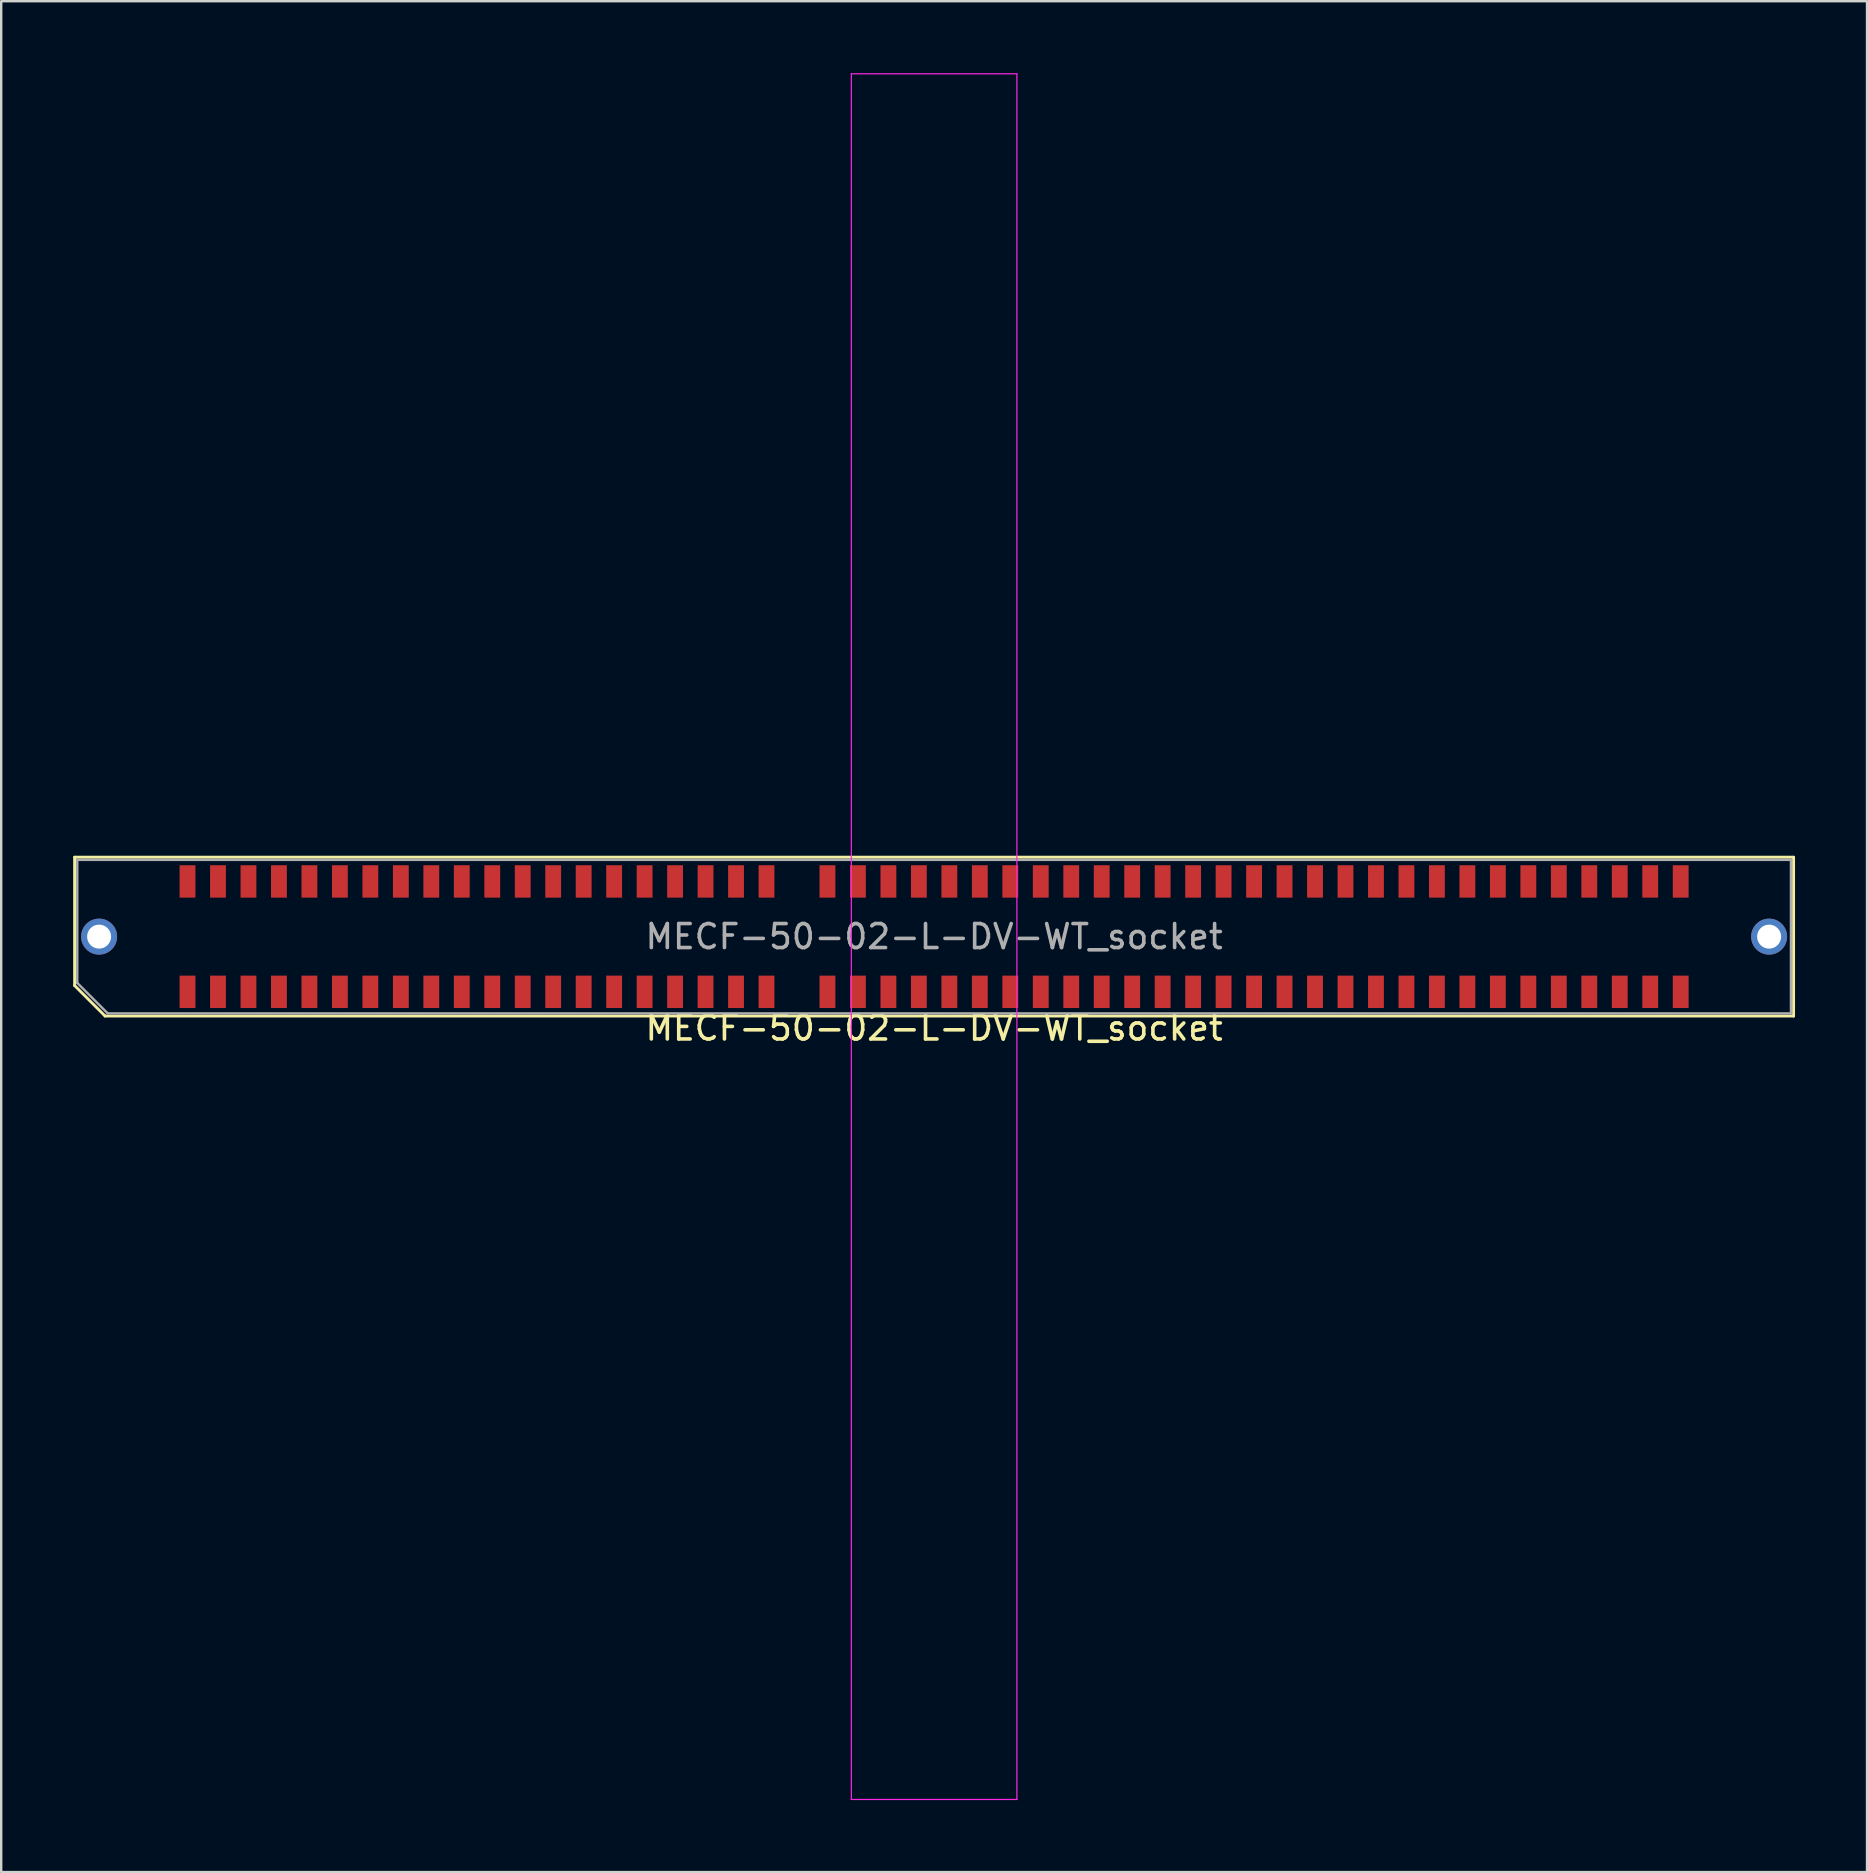
<source format=kicad_pcb>
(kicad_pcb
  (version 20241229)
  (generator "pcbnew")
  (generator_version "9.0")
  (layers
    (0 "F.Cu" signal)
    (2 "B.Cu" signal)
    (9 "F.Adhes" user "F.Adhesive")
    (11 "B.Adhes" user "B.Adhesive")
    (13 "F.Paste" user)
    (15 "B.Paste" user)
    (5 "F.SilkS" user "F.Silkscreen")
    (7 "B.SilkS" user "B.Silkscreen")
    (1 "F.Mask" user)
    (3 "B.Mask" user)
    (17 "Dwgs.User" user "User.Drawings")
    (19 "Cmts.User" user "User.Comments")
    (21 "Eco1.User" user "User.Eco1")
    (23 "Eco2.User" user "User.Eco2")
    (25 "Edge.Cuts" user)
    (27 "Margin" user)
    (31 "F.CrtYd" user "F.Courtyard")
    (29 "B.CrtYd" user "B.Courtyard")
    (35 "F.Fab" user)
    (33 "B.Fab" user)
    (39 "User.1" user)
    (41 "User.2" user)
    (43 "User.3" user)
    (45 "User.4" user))
  (footprint "MECF-50-02-L-DV-WT_socket"
    (layer "F.Cu")
    (at 35.88 35.985)
    (property "Reference" "MECF-50-02-L-DV-WT_socket" (at 0 3.81 0) (layer "F.SilkS") (effects (font (size 1 1) (thickness 0.15))))
    (attr smd)
    (fp_line (start -35.82 -3.31) (end 35.82 -3.31) (stroke (width 0.12) (type solid)) (layer "F.SilkS"))
    (fp_line (start -35.82 2.04) (end -35.82 -3.31) (stroke (width 0.12) (type solid)) (layer "F.SilkS"))
    (fp_line (start -34.55 3.31) (end -35.82 2.04) (stroke (width 0.12) (type solid)) (layer "F.SilkS"))
    (fp_line (start -34.55 3.31) (end 35.82 3.31) (stroke (width 0.12) (type solid)) (layer "F.SilkS"))
    (fp_line (start 35.82 3.31) (end 35.82 -3.31) (stroke (width 0.12) (type solid)) (layer "F.SilkS"))
    (fp_line (start -3.45 -35.96) (end -3.45 35.96) (stroke (width 0.05) (type solid)) (layer "F.CrtYd"))
    (fp_line (start -3.45 35.96) (end 3.45 35.96) (stroke (width 0.05) (type solid)) (layer "F.CrtYd"))
    (fp_line (start 3.45 -35.96) (end -3.45 -35.96) (stroke (width 0.05) (type solid)) (layer "F.CrtYd"))
    (fp_line (start 3.45 35.96) (end 3.45 -35.96) (stroke (width 0.05) (type solid)) (layer "F.CrtYd"))
    (fp_line (start -35.71 -3.2) (end 35.71 -3.2) (stroke (width 0.1) (type solid)) (layer "F.Fab"))
    (fp_line (start -35.71 1.93) (end -35.71 -3.2) (stroke (width 0.1) (type solid)) (layer "F.Fab"))
    (fp_line (start -35.71 1.93) (end -34.44 3.2) (stroke (width 0.1) (type solid)) (layer "F.Fab"))
    (fp_line (start -34.44 3.2) (end 35.71 3.2) (stroke (width 0.1) (type solid)) (layer "F.Fab"))
    (fp_line (start 35.71 3.2) (end 35.71 -3.2) (stroke (width 0.1) (type solid)) (layer "F.Fab"))
    (fp_text user "${REFERENCE}" (at 0 0 0) (layer "F.Fab") (effects (font (size 1 1) (thickness 0.15))))
    (pad "" np_thru_hole circle (at -32.895 0) (size 0.001 0.001) (drill 1.45) (layers "*.Cu" "*.Mask"))
    (pad "" np_thru_hole circle (at 32.895 1) (size 0.001 0.001) (drill 1.45) (layers "*.Cu" "*.Mask"))
    (pad "1" smd rect (at -31.115 2.3) (size 0.66 1.35) (layers "F.Cu" "F.Mask" "F.Paste"))
    (pad "2" smd rect (at -31.115 -2.3) (size 0.66 1.35) (layers "F.Cu" "F.Mask" "F.Paste"))
    (pad "3" smd rect (at -29.845 2.3) (size 0.66 1.35) (layers "F.Cu" "F.Mask" "F.Paste"))
    (pad "4" smd rect (at -29.845 -2.3) (size 0.66 1.35) (layers "F.Cu" "F.Mask" "F.Paste"))
    (pad "5" smd rect (at -28.575 2.3) (size 0.66 1.35) (layers "F.Cu" "F.Mask" "F.Paste"))
    (pad "6" smd rect (at -28.575 -2.3) (size 0.66 1.35) (layers "F.Cu" "F.Mask" "F.Paste"))
    (pad "7" smd rect (at -27.305 2.3) (size 0.66 1.35) (layers "F.Cu" "F.Mask" "F.Paste"))
    (pad "8" smd rect (at -27.305 -2.3) (size 0.66 1.35) (layers "F.Cu" "F.Mask" "F.Paste"))
    (pad "9" smd rect (at -26.035 2.3) (size 0.66 1.35) (layers "F.Cu" "F.Mask" "F.Paste"))
    (pad "10" smd rect (at -26.035 -2.3) (size 0.66 1.35) (layers "F.Cu" "F.Mask" "F.Paste"))
    (pad "11" smd rect (at -24.765 2.3) (size 0.66 1.35) (layers "F.Cu" "F.Mask" "F.Paste"))
    (pad "12" smd rect (at -24.765 -2.3) (size 0.66 1.35) (layers "F.Cu" "F.Mask" "F.Paste"))
    (pad "13" smd rect (at -23.495 2.3) (size 0.66 1.35) (layers "F.Cu" "F.Mask" "F.Paste"))
    (pad "14" smd rect (at -23.495 -2.3) (size 0.66 1.35) (layers "F.Cu" "F.Mask" "F.Paste"))
    (pad "15" smd rect (at -22.225 2.3) (size 0.66 1.35) (layers "F.Cu" "F.Mask" "F.Paste"))
    (pad "16" smd rect (at -22.225 -2.3) (size 0.66 1.35) (layers "F.Cu" "F.Mask" "F.Paste"))
    (pad "17" smd rect (at -20.955 2.3) (size 0.66 1.35) (layers "F.Cu" "F.Mask" "F.Paste"))
    (pad "18" smd rect (at -20.955 -2.3) (size 0.66 1.35) (layers "F.Cu" "F.Mask" "F.Paste"))
    (pad "19" smd rect (at -19.685 2.3) (size 0.66 1.35) (layers "F.Cu" "F.Mask" "F.Paste"))
    (pad "20" smd rect (at -19.685 -2.3) (size 0.66 1.35) (layers "F.Cu" "F.Mask" "F.Paste"))
    (pad "21" smd rect (at -18.415 2.3) (size 0.66 1.35) (layers "F.Cu" "F.Mask" "F.Paste"))
    (pad "22" smd rect (at -18.415 -2.3) (size 0.66 1.35) (layers "F.Cu" "F.Mask" "F.Paste"))
    (pad "23" smd rect (at -17.145 2.3) (size 0.66 1.35) (layers "F.Cu" "F.Mask" "F.Paste"))
    (pad "24" smd rect (at -17.145 -2.3) (size 0.66 1.35) (layers "F.Cu" "F.Mask" "F.Paste"))
    (pad "25" smd rect (at -15.875 2.3) (size 0.66 1.35) (layers "F.Cu" "F.Mask" "F.Paste"))
    (pad "26" smd rect (at -15.875 -2.3) (size 0.66 1.35) (layers "F.Cu" "F.Mask" "F.Paste"))
    (pad "27" smd rect (at -14.605 2.3) (size 0.66 1.35) (layers "F.Cu" "F.Mask" "F.Paste"))
    (pad "28" smd rect (at -14.605 -2.3) (size 0.66 1.35) (layers "F.Cu" "F.Mask" "F.Paste"))
    (pad "29" smd rect (at -13.335 2.3) (size 0.66 1.35) (layers "F.Cu" "F.Mask" "F.Paste"))
    (pad "30" smd rect (at -13.335 -2.3) (size 0.66 1.35) (layers "F.Cu" "F.Mask" "F.Paste"))
    (pad "31" smd rect (at -12.065 2.3) (size 0.66 1.35) (layers "F.Cu" "F.Mask" "F.Paste"))
    (pad "32" smd rect (at -12.065 -2.3) (size 0.66 1.35) (layers "F.Cu" "F.Mask" "F.Paste"))
    (pad "33" smd rect (at -10.795 2.3) (size 0.66 1.35) (layers "F.Cu" "F.Mask" "F.Paste"))
    (pad "34" smd rect (at -10.795 -2.3) (size 0.66 1.35) (layers "F.Cu" "F.Mask" "F.Paste"))
    (pad "35" smd rect (at -9.525 2.3) (size 0.66 1.35) (layers "F.Cu" "F.Mask" "F.Paste"))
    (pad "36" smd rect (at -9.525 -2.3) (size 0.66 1.35) (layers "F.Cu" "F.Mask" "F.Paste"))
    (pad "37" smd rect (at -8.255 2.3) (size 0.66 1.35) (layers "F.Cu" "F.Mask" "F.Paste"))
    (pad "38" smd rect (at -8.255 -2.3) (size 0.66 1.35) (layers "F.Cu" "F.Mask" "F.Paste"))
    (pad "39" smd rect (at -6.985 2.3) (size 0.66 1.35) (layers "F.Cu" "F.Mask" "F.Paste"))
    (pad "40" smd rect (at -6.985 -2.3) (size 0.66 1.35) (layers "F.Cu" "F.Mask" "F.Paste"))
    (pad "43" smd rect (at -4.445 2.3) (size 0.66 1.35) (layers "F.Cu" "F.Mask" "F.Paste"))
    (pad "44" smd rect (at -4.445 -2.3) (size 0.66 1.35) (layers "F.Cu" "F.Mask" "F.Paste"))
    (pad "45" smd rect (at -3.175 2.3) (size 0.66 1.35) (layers "F.Cu" "F.Mask" "F.Paste"))
    (pad "46" smd rect (at -3.175 -2.3) (size 0.66 1.35) (layers "F.Cu" "F.Mask" "F.Paste"))
    (pad "47" smd rect (at -1.905 2.3) (size 0.66 1.35) (layers "F.Cu" "F.Mask" "F.Paste"))
    (pad "48" smd rect (at -1.905 -2.3) (size 0.66 1.35) (layers "F.Cu" "F.Mask" "F.Paste"))
    (pad "49" smd rect (at -0.635 2.3) (size 0.66 1.35) (layers "F.Cu" "F.Mask" "F.Paste"))
    (pad "50" smd rect (at -0.635 -2.3) (size 0.66 1.35) (layers "F.Cu" "F.Mask" "F.Paste"))
    (pad "51" smd rect (at 0.635 2.3) (size 0.66 1.35) (layers "F.Cu" "F.Mask" "F.Paste"))
    (pad "52" smd rect (at 0.635 -2.3) (size 0.66 1.35) (layers "F.Cu" "F.Mask" "F.Paste"))
    (pad "53" smd rect (at 1.905 2.3) (size 0.66 1.35) (layers "F.Cu" "F.Mask" "F.Paste"))
    (pad "54" smd rect (at 1.905 -2.3) (size 0.66 1.35) (layers "F.Cu" "F.Mask" "F.Paste"))
    (pad "55" smd rect (at 3.175 2.3) (size 0.66 1.35) (layers "F.Cu" "F.Mask" "F.Paste"))
    (pad "56" smd rect (at 3.175 -2.3) (size 0.66 1.35) (layers "F.Cu" "F.Mask" "F.Paste"))
    (pad "57" smd rect (at 4.445 2.3) (size 0.66 1.35) (layers "F.Cu" "F.Mask" "F.Paste"))
    (pad "58" smd rect (at 4.445 -2.3) (size 0.66 1.35) (layers "F.Cu" "F.Mask" "F.Paste"))
    (pad "59" smd rect (at 5.715 2.3) (size 0.66 1.35) (layers "F.Cu" "F.Mask" "F.Paste"))
    (pad "60" smd rect (at 5.715 -2.3) (size 0.66 1.35) (layers "F.Cu" "F.Mask" "F.Paste"))
    (pad "61" smd rect (at 6.985 2.3) (size 0.66 1.35) (layers "F.Cu" "F.Mask" "F.Paste"))
    (pad "62" smd rect (at 6.985 -2.3) (size 0.66 1.35) (layers "F.Cu" "F.Mask" "F.Paste"))
    (pad "63" smd rect (at 8.255 2.3) (size 0.66 1.35) (layers "F.Cu" "F.Mask" "F.Paste"))
    (pad "64" smd rect (at 8.255 -2.3) (size 0.66 1.35) (layers "F.Cu" "F.Mask" "F.Paste"))
    (pad "65" smd rect (at 9.525 2.3) (size 0.66 1.35) (layers "F.Cu" "F.Mask" "F.Paste"))
    (pad "66" smd rect (at 9.525 -2.3) (size 0.66 1.35) (layers "F.Cu" "F.Mask" "F.Paste"))
    (pad "67" smd rect (at 10.795 2.3) (size 0.66 1.35) (layers "F.Cu" "F.Mask" "F.Paste"))
    (pad "68" smd rect (at 10.795 -2.3) (size 0.66 1.35) (layers "F.Cu" "F.Mask" "F.Paste"))
    (pad "69" smd rect (at 12.065 2.3) (size 0.66 1.35) (layers "F.Cu" "F.Mask" "F.Paste"))
    (pad "70" smd rect (at 12.065 -2.3) (size 0.66 1.35) (layers "F.Cu" "F.Mask" "F.Paste"))
    (pad "71" smd rect (at 13.335 2.3) (size 0.66 1.35) (layers "F.Cu" "F.Mask" "F.Paste"))
    (pad "72" smd rect (at 13.335 -2.3) (size 0.66 1.35) (layers "F.Cu" "F.Mask" "F.Paste"))
    (pad "73" smd rect (at 14.605 2.3) (size 0.66 1.35) (layers "F.Cu" "F.Mask" "F.Paste"))
    (pad "74" smd rect (at 14.605 -2.3) (size 0.66 1.35) (layers "F.Cu" "F.Mask" "F.Paste"))
    (pad "75" smd rect (at 15.875 2.3) (size 0.66 1.35) (layers "F.Cu" "F.Mask" "F.Paste"))
    (pad "76" smd rect (at 15.875 -2.3) (size 0.66 1.35) (layers "F.Cu" "F.Mask" "F.Paste"))
    (pad "77" smd rect (at 17.145 2.3) (size 0.66 1.35) (layers "F.Cu" "F.Mask" "F.Paste"))
    (pad "78" smd rect (at 17.145 -2.3) (size 0.66 1.35) (layers "F.Cu" "F.Mask" "F.Paste"))
    (pad "79" smd rect (at 18.415 2.3) (size 0.66 1.35) (layers "F.Cu" "F.Mask" "F.Paste"))
    (pad "80" smd rect (at 18.415 -2.3) (size 0.66 1.35) (layers "F.Cu" "F.Mask" "F.Paste"))
    (pad "81" smd rect (at 19.685 2.3) (size 0.66 1.35) (layers "F.Cu" "F.Mask" "F.Paste"))
    (pad "82" smd rect (at 19.685 -2.3) (size 0.66 1.35) (layers "F.Cu" "F.Mask" "F.Paste"))
    (pad "83" smd rect (at 20.955 2.3) (size 0.66 1.35) (layers "F.Cu" "F.Mask" "F.Paste"))
    (pad "84" smd rect (at 20.955 -2.3) (size 0.66 1.35) (layers "F.Cu" "F.Mask" "F.Paste"))
    (pad "85" smd rect (at 22.225 2.3) (size 0.66 1.35) (layers "F.Cu" "F.Mask" "F.Paste"))
    (pad "86" smd rect (at 22.225 -2.3) (size 0.66 1.35) (layers "F.Cu" "F.Mask" "F.Paste"))
    (pad "87" smd rect (at 23.495 2.3) (size 0.66 1.35) (layers "F.Cu" "F.Mask" "F.Paste"))
    (pad "88" smd rect (at 23.495 -2.3) (size 0.66 1.35) (layers "F.Cu" "F.Mask" "F.Paste"))
    (pad "89" smd rect (at 24.765 2.3) (size 0.66 1.35) (layers "F.Cu" "F.Mask" "F.Paste"))
    (pad "90" smd rect (at 24.765 -2.3) (size 0.66 1.35) (layers "F.Cu" "F.Mask" "F.Paste"))
    (pad "91" smd rect (at 26.035 2.3) (size 0.66 1.35) (layers "F.Cu" "F.Mask" "F.Paste"))
    (pad "92" smd rect (at 26.035 -2.3) (size 0.66 1.35) (layers "F.Cu" "F.Mask" "F.Paste"))
    (pad "93" smd rect (at 27.305 2.3) (size 0.66 1.35) (layers "F.Cu" "F.Mask" "F.Paste"))
    (pad "94" smd rect (at 27.305 -2.3) (size 0.66 1.35) (layers "F.Cu" "F.Mask" "F.Paste"))
    (pad "95" smd rect (at 28.575 2.3) (size 0.66 1.35) (layers "F.Cu" "F.Mask" "F.Paste"))
    (pad "96" smd rect (at 28.575 -2.3) (size 0.66 1.35) (layers "F.Cu" "F.Mask" "F.Paste"))
    (pad "97" smd rect (at 29.845 2.3) (size 0.66 1.35) (layers "F.Cu" "F.Mask" "F.Paste"))
    (pad "98" smd rect (at 29.845 -2.3) (size 0.66 1.35) (layers "F.Cu" "F.Mask" "F.Paste"))
    (pad "99" smd rect (at 31.115 2.3) (size 0.66 1.35) (layers "F.Cu" "F.Mask" "F.Paste"))
    (pad "100" smd rect (at 31.115 -2.3) (size 0.66 1.35) (layers "F.Cu" "F.Mask" "F.Paste"))
    (pad "None" thru_hole circle (at -34.8 0) (size 1.5 1.5) (drill 1) (layers "*.Cu" "*.Mask"))
    (pad "None" thru_hole circle (at 34.8 0) (size 1.5 1.5) (drill 1) (layers "*.Cu" "*.Mask")))
  (gr_rect
    (start -3 -3)
    (end 74.76 74.97)
    (stroke (width 0.1) (type default))
    (fill no)
    (layer "Edge.Cuts")))
</source>
